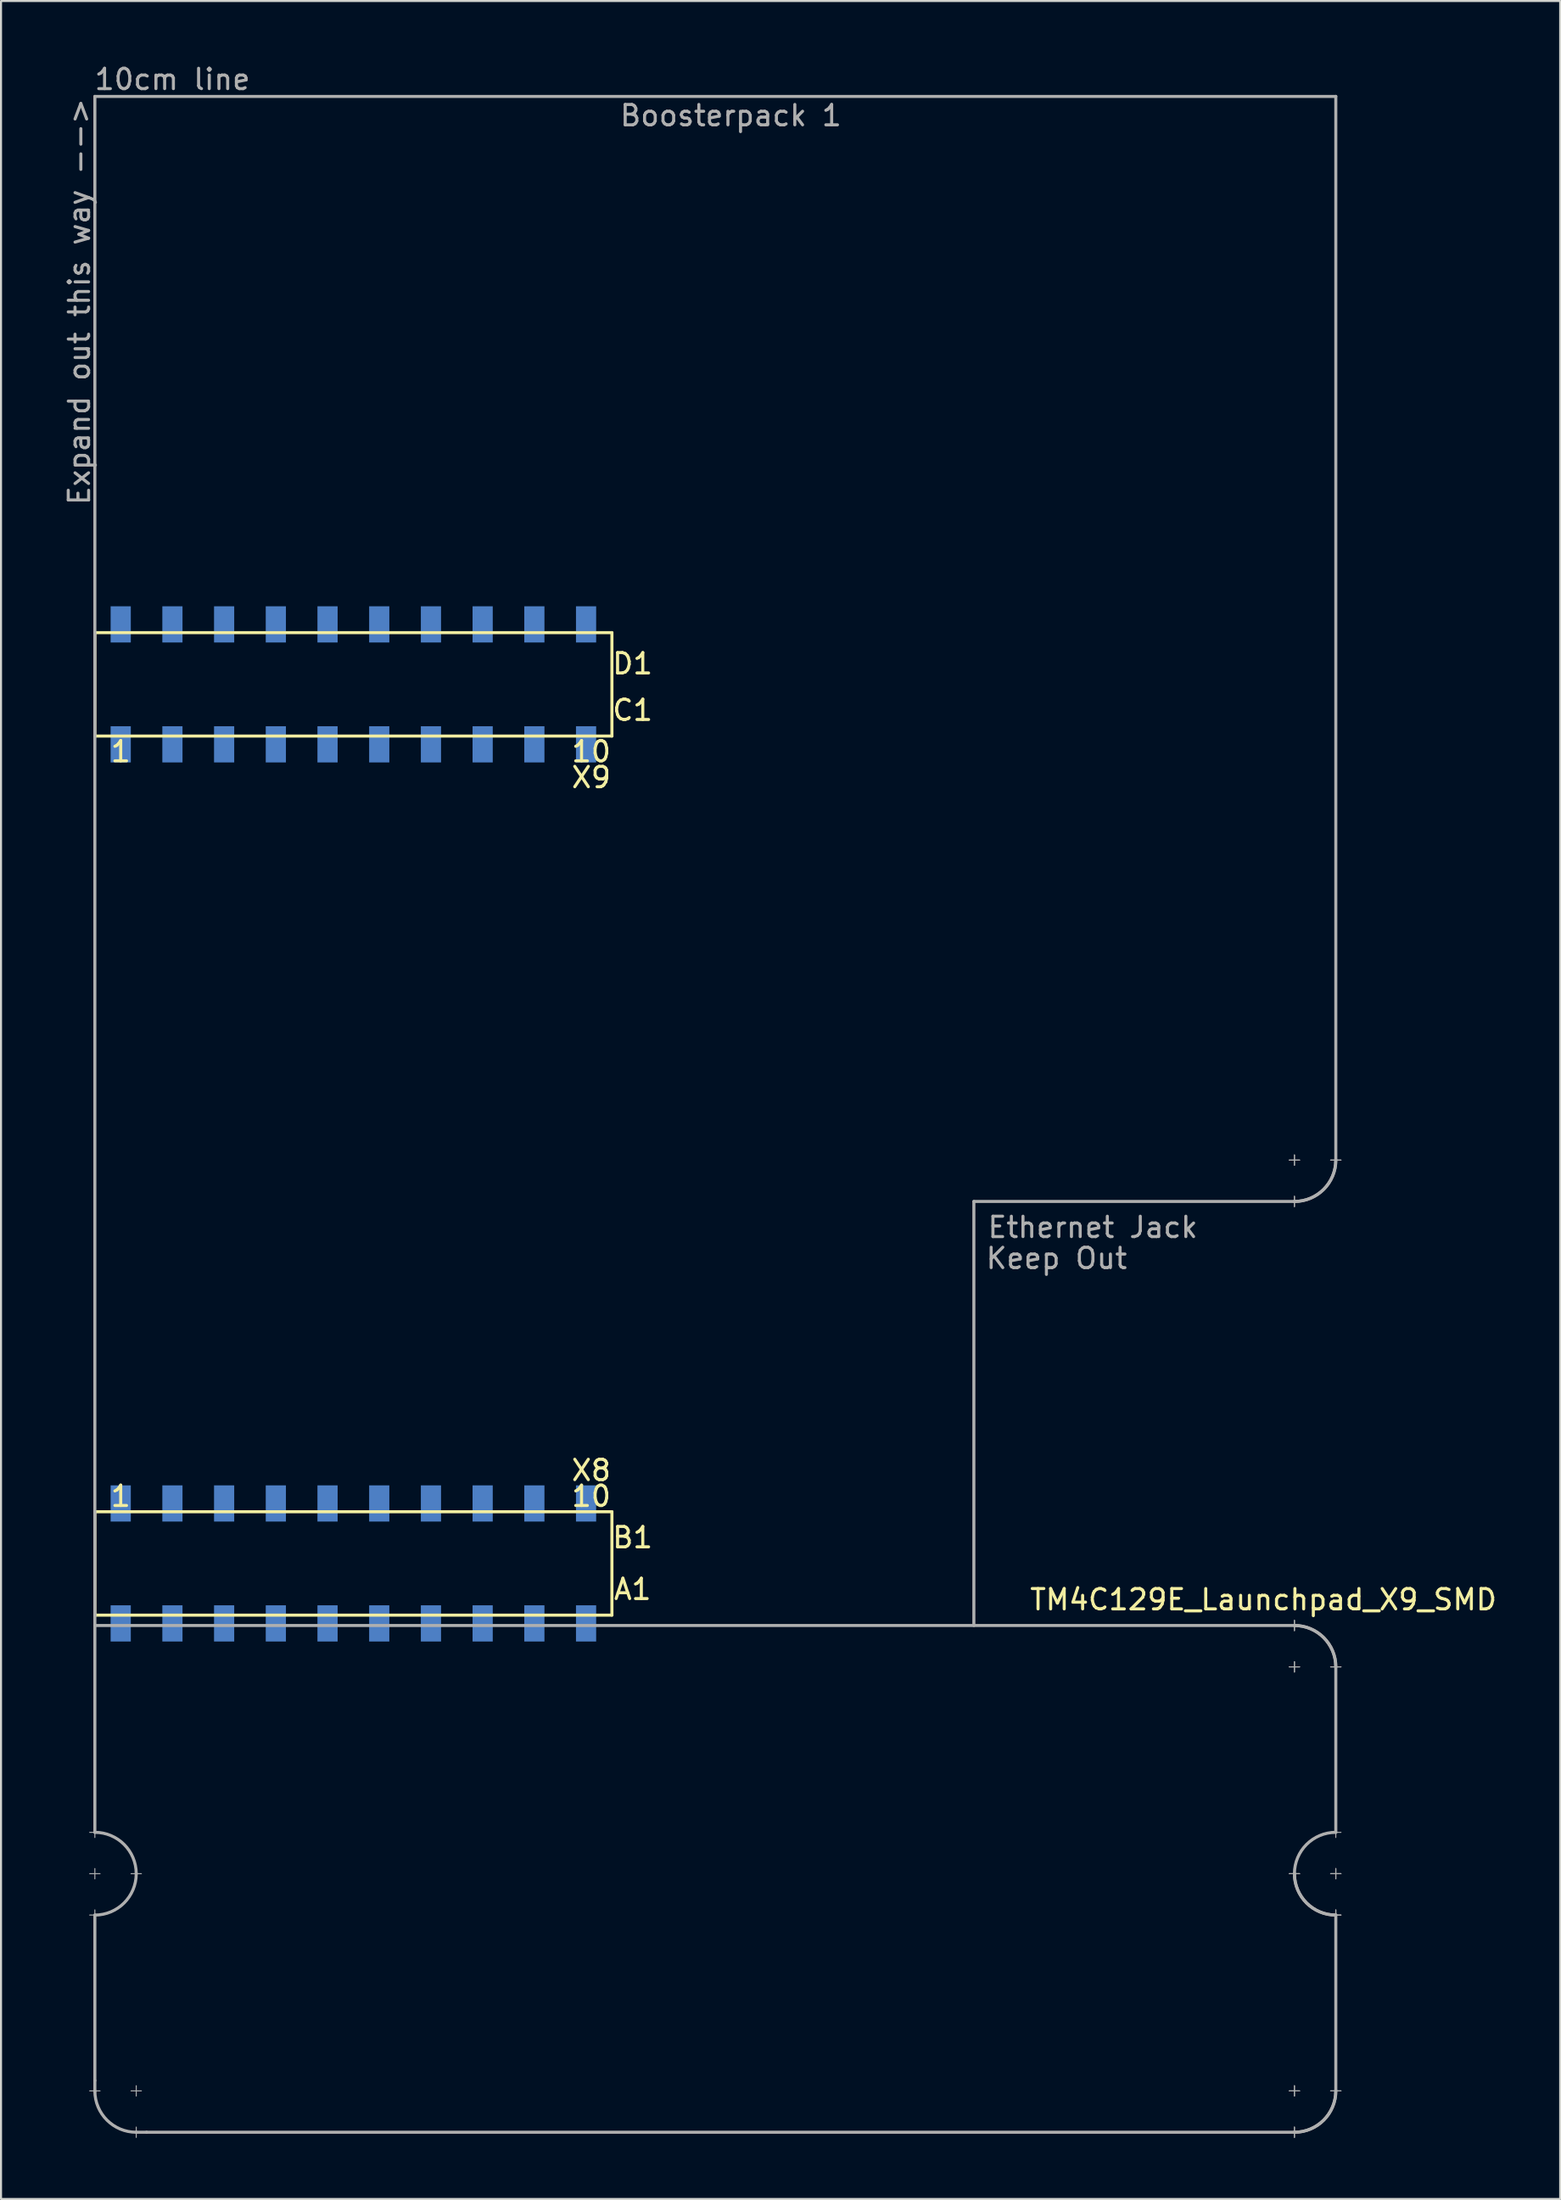
<source format=kicad_pcb>
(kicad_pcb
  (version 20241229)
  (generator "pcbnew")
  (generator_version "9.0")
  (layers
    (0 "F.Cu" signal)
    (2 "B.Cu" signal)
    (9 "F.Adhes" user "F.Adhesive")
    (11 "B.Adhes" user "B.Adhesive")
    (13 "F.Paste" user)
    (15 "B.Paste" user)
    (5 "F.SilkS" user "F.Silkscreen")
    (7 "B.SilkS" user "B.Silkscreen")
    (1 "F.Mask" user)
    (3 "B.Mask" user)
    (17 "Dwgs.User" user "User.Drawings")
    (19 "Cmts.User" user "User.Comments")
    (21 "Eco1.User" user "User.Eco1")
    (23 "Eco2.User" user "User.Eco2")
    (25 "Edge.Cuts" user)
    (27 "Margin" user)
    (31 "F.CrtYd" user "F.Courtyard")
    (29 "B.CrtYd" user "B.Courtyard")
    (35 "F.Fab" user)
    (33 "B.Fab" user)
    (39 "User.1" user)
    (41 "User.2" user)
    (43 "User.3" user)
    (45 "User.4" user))
  (footprint "TM4C129E_Launchpad_X9_SMD"
    (layer "F.Cu")
    (at 1.61 76.286)
    (property "Reference" "TM4C129E_Launchpad_X9_SMD" (at 57.404 -0.762 180) (layer "F.SilkS") (effects (font (size 1 1) (thickness 0.15))))
    (attr through_hole)
    (fp_line (start 0 -48.26) (end 0 -43.18) (stroke (width 0.15) (type solid)) (layer "F.SilkS"))
    (fp_line (start 0 -43.18) (end 25.4 -43.18) (stroke (width 0.15) (type solid)) (layer "F.SilkS"))
    (fp_line (start 0 -5.08) (end 0 0) (stroke (width 0.15) (type solid)) (layer "F.SilkS"))
    (fp_line (start 0 0) (end 25.4 0) (stroke (width 0.15) (type solid)) (layer "F.SilkS"))
    (fp_line (start 25.4 -48.26) (end 0 -48.26) (stroke (width 0.15) (type solid)) (layer "F.SilkS"))
    (fp_line (start 25.4 -43.18) (end 25.4 -48.26) (stroke (width 0.15) (type solid)) (layer "F.SilkS"))
    (fp_line (start 25.4 -5.08) (end 0 -5.08) (stroke (width 0.15) (type solid)) (layer "F.SilkS"))
    (fp_line (start 25.4 0) (end 25.4 -5.08) (stroke (width 0.15) (type solid)) (layer "F.SilkS"))
    (fp_line (start -0.254 10.668) (end 0.254 10.668) (stroke (width 0.05) (type solid)) (layer "F.Fab"))
    (fp_line (start -0.254 12.7) (end 0.254 12.7) (stroke (width 0.05) (type solid)) (layer "F.Fab"))
    (fp_line (start -0.254 14.732) (end 0.254 14.732) (stroke (width 0.05) (type solid)) (layer "F.Fab"))
    (fp_line (start -0.254 23.368) (end 0.254 23.368) (stroke (width 0.05) (type solid)) (layer "F.Fab"))
    (fp_line (start 0 -74.6) (end 60.96 -74.6) (stroke (width 0.15) (type solid)) (layer "F.Fab"))
    (fp_line (start 0 0) (end 0 -74.6) (stroke (width 0.15) (type solid)) (layer "F.Fab"))
    (fp_line (start 0 0) (end 0 10.668) (stroke (width 0.15) (type solid)) (layer "F.Fab"))
    (fp_line (start 0 0.508) (end 58.928 0.508) (stroke (width 0.15) (type solid)) (layer "F.Fab"))
    (fp_line (start 0 10.922) (end 0 10.414) (stroke (width 0.05) (type solid)) (layer "F.Fab"))
    (fp_line (start 0 12.954) (end 0 12.446) (stroke (width 0.05) (type solid)) (layer "F.Fab"))
    (fp_line (start 0 14.732) (end 0 22.86) (stroke (width 0.15) (type solid)) (layer "F.Fab"))
    (fp_line (start 0 14.986) (end 0 14.478) (stroke (width 0.05) (type solid)) (layer "F.Fab"))
    (fp_line (start 0 22.86) (end 0 23.393) (stroke (width 0.15) (type solid)) (layer "F.Fab"))
    (fp_line (start 1.778 12.7) (end 2.286 12.7) (stroke (width 0.05) (type solid)) (layer "F.Fab"))
    (fp_line (start 1.778 23.368) (end 2.286 23.368) (stroke (width 0.05) (type solid)) (layer "F.Fab"))
    (fp_line (start 2.032 23.622) (end 2.032 23.114) (stroke (width 0.05) (type solid)) (layer "F.Fab"))
    (fp_line (start 2.032 25.654) (end 2.032 25.146) (stroke (width 0.05) (type solid)) (layer "F.Fab"))
    (fp_line (start 2.54 25.4) (end 2.032 25.4) (stroke (width 0.15) (type solid)) (layer "F.Fab"))
    (fp_line (start 43.18 -20.32) (end 43.18 0.508) (stroke (width 0.15) (type solid)) (layer "F.Fab"))
    (fp_line (start 58.674 -22.352) (end 59.182 -22.352) (stroke (width 0.05) (type solid)) (layer "F.Fab"))
    (fp_line (start 58.674 -22.352) (end 59.182 -22.352) (stroke (width 0.05) (type solid)) (layer "F.Fab"))
    (fp_line (start 58.674 2.54) (end 59.182 2.54) (stroke (width 0.05) (type solid)) (layer "F.Fab"))
    (fp_line (start 58.674 2.54) (end 59.182 2.54) (stroke (width 0.05) (type solid)) (layer "F.Fab"))
    (fp_line (start 58.674 12.7) (end 59.182 12.7) (stroke (width 0.05) (type solid)) (layer "F.Fab"))
    (fp_line (start 58.674 12.7) (end 59.182 12.7) (stroke (width 0.05) (type solid)) (layer "F.Fab"))
    (fp_line (start 58.928 -22.606) (end 58.928 -22.098) (stroke (width 0.05) (type solid)) (layer "F.Fab"))
    (fp_line (start 58.928 -22.606) (end 58.928 -22.098) (stroke (width 0.05) (type solid)) (layer "F.Fab"))
    (fp_line (start 58.928 -20.574) (end 58.928 -20.066) (stroke (width 0.05) (type solid)) (layer "F.Fab"))
    (fp_line (start 58.928 -20.574) (end 58.928 -20.066) (stroke (width 0.05) (type solid)) (layer "F.Fab"))
    (fp_line (start 58.928 -20.32) (end 43.18 -20.32) (stroke (width 0.15) (type solid)) (layer "F.Fab"))
    (fp_line (start 58.928 0.762) (end 58.928 0.254) (stroke (width 0.05) (type solid)) (layer "F.Fab"))
    (fp_line (start 58.928 0.762) (end 58.928 0.254) (stroke (width 0.05) (type solid)) (layer "F.Fab"))
    (fp_line (start 58.928 2.794) (end 58.928 2.286) (stroke (width 0.05) (type solid)) (layer "F.Fab"))
    (fp_line (start 58.928 2.794) (end 58.928 2.286) (stroke (width 0.05) (type solid)) (layer "F.Fab"))
    (fp_line (start 58.928 23.622) (end 58.928 23.114) (stroke (width 0.05) (type solid)) (layer "F.Fab"))
    (fp_line (start 58.928 23.622) (end 58.928 23.114) (stroke (width 0.05) (type solid)) (layer "F.Fab"))
    (fp_line (start 58.928 25.4) (end 2.54 25.4) (stroke (width 0.15) (type solid)) (layer "F.Fab"))
    (fp_line (start 58.928 25.654) (end 58.928 25.146) (stroke (width 0.05) (type solid)) (layer "F.Fab"))
    (fp_line (start 58.928 25.654) (end 58.928 25.146) (stroke (width 0.05) (type solid)) (layer "F.Fab"))
    (fp_line (start 59.182 23.368) (end 58.674 23.368) (stroke (width 0.05) (type solid)) (layer "F.Fab"))
    (fp_line (start 59.182 23.368) (end 58.674 23.368) (stroke (width 0.05) (type solid)) (layer "F.Fab"))
    (fp_line (start 60.706 -22.352) (end 61.214 -22.352) (stroke (width 0.05) (type solid)) (layer "F.Fab"))
    (fp_line (start 60.706 -22.352) (end 61.214 -22.352) (stroke (width 0.05) (type solid)) (layer "F.Fab"))
    (fp_line (start 60.706 2.54) (end 61.214 2.54) (stroke (width 0.05) (type solid)) (layer "F.Fab"))
    (fp_line (start 60.706 2.54) (end 61.214 2.54) (stroke (width 0.05) (type solid)) (layer "F.Fab"))
    (fp_line (start 60.706 10.668) (end 61.214 10.668) (stroke (width 0.05) (type solid)) (layer "F.Fab"))
    (fp_line (start 60.706 12.7) (end 61.214 12.7) (stroke (width 0.05) (type solid)) (layer "F.Fab"))
    (fp_line (start 60.706 12.7) (end 61.214 12.7) (stroke (width 0.05) (type solid)) (layer "F.Fab"))
    (fp_line (start 60.706 14.732) (end 61.214 14.732) (stroke (width 0.05) (type solid)) (layer "F.Fab"))
    (fp_line (start 60.706 14.732) (end 61.214 14.732) (stroke (width 0.05) (type solid)) (layer "F.Fab"))
    (fp_line (start 60.96 -74.6) (end 60.96 -22.352) (stroke (width 0.15) (type solid)) (layer "F.Fab"))
    (fp_line (start 60.96 2.54) (end 60.96 10.668) (stroke (width 0.15) (type solid)) (layer "F.Fab"))
    (fp_line (start 60.96 10.922) (end 60.96 10.414) (stroke (width 0.05) (type solid)) (layer "F.Fab"))
    (fp_line (start 60.96 12.954) (end 60.96 12.446) (stroke (width 0.05) (type solid)) (layer "F.Fab"))
    (fp_line (start 60.96 12.954) (end 60.96 12.446) (stroke (width 0.05) (type solid)) (layer "F.Fab"))
    (fp_line (start 60.96 14.732) (end 60.96 23.368) (stroke (width 0.15) (type solid)) (layer "F.Fab"))
    (fp_line (start 60.96 14.986) (end 60.96 14.478) (stroke (width 0.05) (type solid)) (layer "F.Fab"))
    (fp_line (start 60.96 14.986) (end 60.96 14.478) (stroke (width 0.05) (type solid)) (layer "F.Fab"))
    (fp_line (start 60.96 23.622) (end 60.96 23.114) (stroke (width 0.05) (type solid)) (layer "F.Fab"))
    (fp_line (start 60.96 23.622) (end 60.96 23.114) (stroke (width 0.05) (type solid)) (layer "F.Fab"))
    (fp_line (start 61.214 23.368) (end 60.706 23.368) (stroke (width 0.05) (type solid)) (layer "F.Fab"))
    (fp_line (start 61.214 23.368) (end 60.706 23.368) (stroke (width 0.05) (type solid)) (layer "F.Fab"))
    (fp_arc (start 0 10.668) (mid 1.436841 11.263159) (end 2.032 12.7) (stroke (width 0.15) (type solid)) (layer "F.Fab"))
    (fp_arc (start 2.032 12.7) (mid 1.436841 14.136841) (end 0 14.732) (stroke (width 0.15) (type solid)) (layer "F.Fab"))
    (fp_arc (start 2.032 25.4) (mid 0.595159 24.804841) (end 0 23.368) (stroke (width 0.15) (type solid)) (layer "F.Fab"))
    (fp_arc (start 58.928 0.508) (mid 60.364841 1.103159) (end 60.96 2.54) (stroke (width 0.15) (type solid)) (layer "F.Fab"))
    (fp_arc (start 58.928 0.508) (mid 60.364841 1.103159) (end 60.96 2.54) (stroke (width 0.15) (type solid)) (layer "F.Fab"))
    (fp_arc (start 58.928 12.7) (mid 59.523159 11.263159) (end 60.96 10.668) (stroke (width 0.15) (type solid)) (layer "F.Fab"))
    (fp_arc (start 60.96 -22.352) (mid 60.364841 -20.915159) (end 58.928 -20.32) (stroke (width 0.15) (type solid)) (layer "F.Fab"))
    (fp_arc (start 60.96 -22.352) (mid 60.364841 -20.915159) (end 58.928 -20.32) (stroke (width 0.15) (type solid)) (layer "F.Fab"))
    (fp_arc (start 60.96 14.732) (mid 59.523159 14.136841) (end 58.928 12.7) (stroke (width 0.15) (type solid)) (layer "F.Fab"))
    (fp_arc (start 60.96 14.732) (mid 59.523159 14.136841) (end 58.928 12.7) (stroke (width 0.15) (type solid)) (layer "F.Fab"))
    (fp_arc (start 60.96 23.368) (mid 60.364841 24.804841) (end 58.928 25.4) (stroke (width 0.15) (type solid)) (layer "F.Fab"))
    (fp_arc (start 60.96 23.368) (mid 60.364841 24.804841) (end 58.928 25.4) (stroke (width 0.15) (type solid)) (layer "F.Fab"))
    (fp_text user "1" (at 1.27 -42.418 180) (layer "F.SilkS") (effects (font (size 1 1) (thickness 0.15))))
    (fp_text user "X9" (at 24.384 -41.148 180) (layer "F.SilkS") (effects (font (size 1 1) (thickness 0.15))))
    (fp_text user "B1" (at 26.416 -3.81 180) (layer "F.SilkS") (effects (font (size 1 1) (thickness 0.15))))
    (fp_text user "X8" (at 24.384 -7.112 180) (layer "F.SilkS") (effects (font (size 1 1) (thickness 0.15))))
    (fp_text user "D1" (at 26.416 -46.736 180) (layer "F.SilkS") (effects (font (size 1 1) (thickness 0.15))))
    (fp_text user "1" (at 1.27 -5.842 180) (layer "F.SilkS") (effects (font (size 1 1) (thickness 0.15))))
    (fp_text user "10" (at 24.384 -42.418 180) (layer "F.SilkS") (effects (font (size 1 1) (thickness 0.15))))
    (fp_text user "C1" (at 26.416 -44.45 180) (layer "F.SilkS") (effects (font (size 1 1) (thickness 0.15))))
    (fp_text user "10" (at 24.384 -5.842 180) (layer "F.SilkS") (effects (font (size 1 1) (thickness 0.15))))
    (fp_text user "A1" (at 26.416 -1.27 180) (layer "F.SilkS") (effects (font (size 1 1) (thickness 0.15))))
    (fp_text user "Ethernet Jack" (at 49.022 -19.05 0) (layer "F.Fab") (effects (font (size 1 1) (thickness 0.15))))
    (fp_text user "Expand out this way -->" (at -0.762 -64.516 90) (layer "F.Fab") (effects (font (size 1 1) (thickness 0.15))))
    (fp_text user "Boosterpack 1" (at 31.242 -73.66 0) (layer "F.Fab") (effects (font (size 1 1) (thickness 0.15))))
    (fp_text user "10cm line" (at 3.81 -75.438 0) (layer "F.Fab") (effects (font (size 1 1) (thickness 0.15))))
    (fp_text user "Keep Out" (at 47.244 -17.526 0) (layer "F.Fab") (effects (font (size 1 1) (thickness 0.15))))
    (pad "+3V3" smd rect (at 1.27 0.406 180) (size 0.991 1.778) (layers "B.Cu" "B.Mask" "B.Paste"))
    (pad "+5V" smd rect (at 1.27 -5.486 180) (size 0.991 1.778) (layers "B.Cu" "B.Mask" "B.Paste"))
    (pad "GND" smd rect (at 1.27 -48.666 180) (size 0.991 1.778) (layers "B.Cu" "B.Mask" "B.Paste"))
    (pad "GND" smd rect (at 3.81 -5.486 180) (size 0.991 1.778) (layers "B.Cu" "B.Mask" "B.Paste"))
    (pad "PA6" smd rect (at 19.05 -5.486 180) (size 0.991 1.778) (layers "B.Cu" "B.Mask" "B.Paste"))
    (pad "PB2" smd rect (at 21.59 0.406 180) (size 0.991 1.778) (layers "B.Cu" "B.Mask" "B.Paste"))
    (pad "PB3" smd rect (at 24.13 0.406 180) (size 0.991 1.778) (layers "B.Cu" "B.Mask" "B.Paste"))
    (pad "PC4" smd rect (at 6.35 0.406 180) (size 0.991 1.778) (layers "B.Cu" "B.Mask" "B.Paste"))
    (pad "PC5" smd rect (at 8.89 0.406 180) (size 0.991 1.778) (layers "B.Cu" "B.Mask" "B.Paste"))
    (pad "PC6" smd rect (at 11.43 0.406 180) (size 0.991 1.778) (layers "B.Cu" "B.Mask" "B.Paste"))
    (pad "PC7" smd rect (at 19.05 0.406 180) (size 0.991 1.778) (layers "B.Cu" "B.Mask" "B.Paste"))
    (pad "PD0" smd rect (at 16.51 -48.666 180) (size 0.991 1.778) (layers "B.Cu" "B.Mask" "B.Paste"))
    (pad "PD1" smd rect (at 13.97 -48.666 180) (size 0.991 1.778) (layers "B.Cu" "B.Mask" "B.Paste"))
    (pad "PD3" smd rect (at 16.51 0.406 180) (size 0.991 1.778) (layers "B.Cu" "B.Mask" "B.Paste"))
    (pad "PD7" smd rect (at 16.51 -5.486 180) (size 0.991 1.778) (layers "B.Cu" "B.Mask" "B.Paste"))
    (pad "PE0" smd rect (at 6.35 -5.486 180) (size 0.991 1.778) (layers "B.Cu" "B.Mask" "B.Paste"))
    (pad "PE1" smd rect (at 8.89 -5.486 180) (size 0.991 1.778) (layers "B.Cu" "B.Mask" "B.Paste"))
    (pad "PE2" smd rect (at 11.43 -5.486 180) (size 0.991 1.778) (layers "B.Cu" "B.Mask" "B.Paste"))
    (pad "PE3" smd rect (at 13.97 -5.486 180) (size 0.991 1.778) (layers "B.Cu" "B.Mask" "B.Paste"))
    (pad "PE4" smd rect (at 3.81 0.406 180) (size 0.991 1.778) (layers "B.Cu" "B.Mask" "B.Paste"))
    (pad "PE5" smd rect (at 13.97 0.406 180) (size 0.991 1.778) (layers "B.Cu" "B.Mask" "B.Paste"))
    (pad "PF1" smd rect (at 1.27 -42.774 180) (size 0.991 1.778) (layers "B.Cu" "B.Mask" "B.Paste"))
    (pad "PF2" smd rect (at 3.81 -42.774 180) (size 0.991 1.778) (layers "B.Cu" "B.Mask" "B.Paste"))
    (pad "PF3" smd rect (at 6.35 -42.774 180) (size 0.991 1.778) (layers "B.Cu" "B.Mask" "B.Paste"))
    (pad "PG0" smd rect (at 8.89 -42.774 180) (size 0.991 1.778) (layers "B.Cu" "B.Mask" "B.Paste"))
    (pad "PH2" smd rect (at 6.35 -48.666 180) (size 0.991 1.778) (layers "B.Cu" "B.Mask" "B.Paste"))
    (pad "PH3" smd rect (at 8.89 -48.666 180) (size 0.991 1.778) (layers "B.Cu" "B.Mask" "B.Paste"))
    (pad "PL0" smd rect (at 16.51 -42.774 180) (size 0.991 1.778) (layers "B.Cu" "B.Mask" "B.Paste"))
    (pad "PL1" smd rect (at 19.05 -42.774 180) (size 0.991 1.778) (layers "B.Cu" "B.Mask" "B.Paste"))
    (pad "PL2" smd rect (at 21.59 -42.774 180) (size 0.991 1.778) (layers "B.Cu" "B.Mask" "B.Paste"))
    (pad "PL3" smd rect (at 24.13 -42.774 180) (size 0.991 1.778) (layers "B.Cu" "B.Mask" "B.Paste"))
    (pad "PL4" smd rect (at 11.43 -42.774 180) (size 0.991 1.778) (layers "B.Cu" "B.Mask" "B.Paste"))
    (pad "PL5" smd rect (at 13.97 -42.774 180) (size 0.991 1.778) (layers "B.Cu" "B.Mask" "B.Paste"))
    (pad "PM3" smd rect (at 3.81 -48.666 180) (size 0.991 1.778) (layers "B.Cu" "B.Mask" "B.Paste"))
    (pad "PM4" smd rect (at 21.59 -5.486 180) (size 0.991 1.778) (layers "B.Cu" "B.Mask" "B.Paste"))
    (pad "PM5" smd rect (at 24.13 -5.486 180) (size 0.991 1.778) (layers "B.Cu" "B.Mask" "B.Paste"))
    (pad "PN2" smd rect (at 19.05 -48.666 180) (size 0.991 1.778) (layers "B.Cu" "B.Mask" "B.Paste"))
    (pad "PN3" smd rect (at 21.59 -48.666 180) (size 0.991 1.778) (layers "B.Cu" "B.Mask" "B.Paste"))
    (pad "PP2" smd rect (at 24.13 -48.666 180) (size 0.991 1.778) (layers "B.Cu" "B.Mask" "B.Paste"))
    (pad "Rese" smd rect (at 11.43 -48.666 180) (size 0.991 1.778) (layers "B.Cu" "B.Mask" "B.Paste")))
  (gr_rect
    (start -3 -3)
    (end 73.592 104.965)
    (stroke (width 0.1) (type default))
    (fill no)
    (layer "Edge.Cuts")))
</source>
